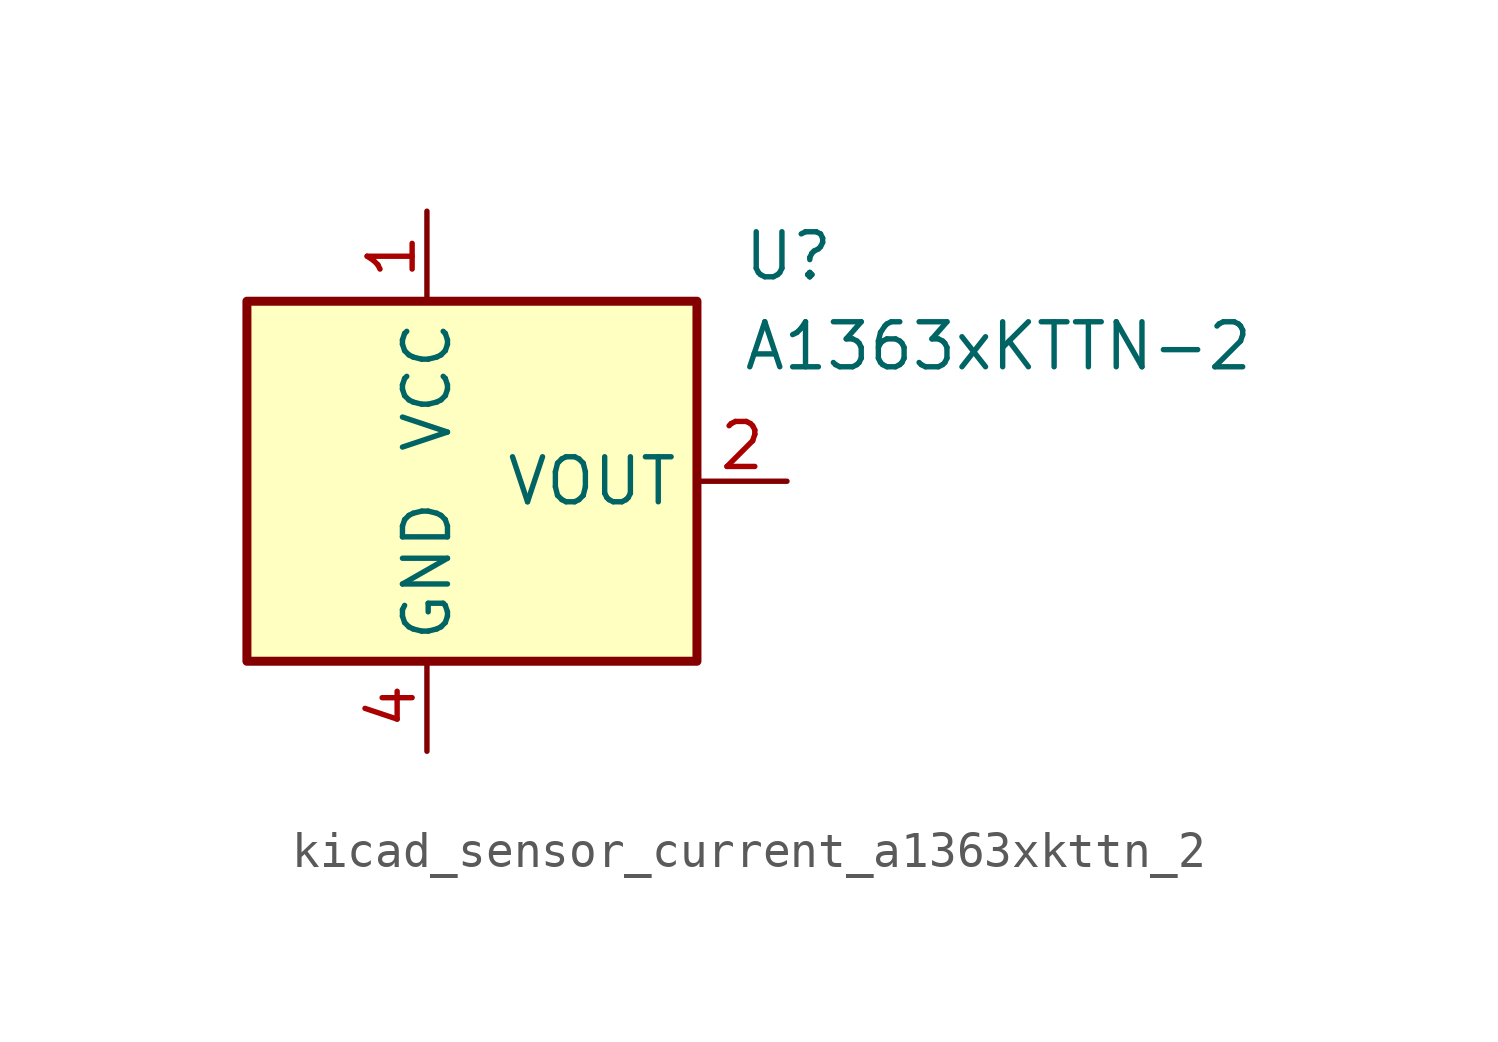
<source format=kicad_sym>
(kicad_symbol_lib
  (version 20220914)
  (generator kicad_symbol_editor)
  (symbol "kicad_sensor_current_a1363xkttn_2"
    (property "Reference" "U"
      (at 8.89 6.35 0)
      (effects (font (size 1.27 1.27)) (justify left)))
    (property "Value" "A1363xKTTN-2"
      (at 8.89 3.81 0)
      (effects (font (size 1.27 1.27)) (justify left)))
    (symbol "kicad_sensor_current_a1363xkttn_2_0_1"
      (rectangle (start -5.08 5.08) (end 7.62 -5.08) (stroke (width 0.254) (type default)) (fill (type background))))
    (symbol "kicad_sensor_current_a1363xkttn_2_1_1"
      (pin power_in line (at 0 7.62 270) (length 2.54) (name "VCC" (effects (font (size 1.27 1.27)))) (number "1" (effects (font (size 1.27 1.27)))))
      (pin output line (at 10.16 0 180) (length 2.54) (name "VOUT" (effects (font (size 1.27 1.27)))) (number "2" (effects (font (size 1.27 1.27)))))
      (pin no_connect line (at 7.62 -2.54 180) (length 2.54) hide (name "NC" (effects (font (size 1.27 1.27)))) (number "3" (effects (font (size 1.27 1.27)))))
      (pin power_in line (at 0 -7.62 90) (length 2.54) (name "GND" (effects (font (size 1.27 1.27)))) (number "4" (effects (font (size 1.27 1.27))))))))
</source>
